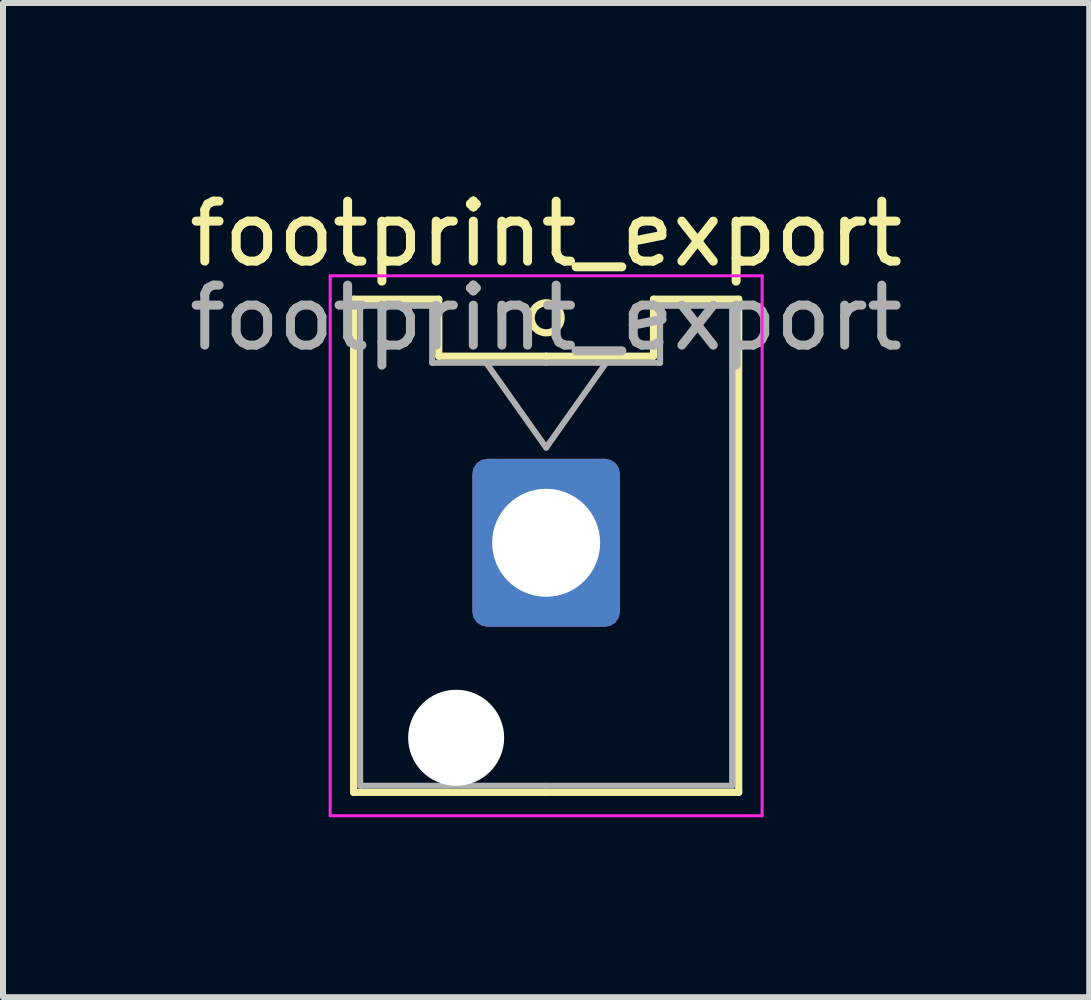
<source format=kicad_pcb>
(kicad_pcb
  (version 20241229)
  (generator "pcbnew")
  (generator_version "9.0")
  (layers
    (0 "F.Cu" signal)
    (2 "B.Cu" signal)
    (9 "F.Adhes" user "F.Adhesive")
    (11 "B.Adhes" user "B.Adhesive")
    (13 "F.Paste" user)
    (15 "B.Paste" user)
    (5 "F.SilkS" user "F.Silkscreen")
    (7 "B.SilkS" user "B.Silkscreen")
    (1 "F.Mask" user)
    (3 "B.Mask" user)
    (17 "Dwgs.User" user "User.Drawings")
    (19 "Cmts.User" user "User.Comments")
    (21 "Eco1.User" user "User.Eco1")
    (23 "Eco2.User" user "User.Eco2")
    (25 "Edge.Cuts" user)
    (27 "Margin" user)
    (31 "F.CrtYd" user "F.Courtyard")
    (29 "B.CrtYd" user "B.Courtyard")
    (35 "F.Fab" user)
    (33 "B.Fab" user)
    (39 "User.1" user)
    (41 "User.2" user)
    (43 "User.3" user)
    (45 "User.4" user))
  (footprint "footprint_export"
    (layer "F.Cu")
    (at 6.054 5.998)
    (property "Reference" "footprint_export" (at 0 -5.15 0) (layer "F.SilkS") (effects (font (size 1 1) (thickness 0.15))))
    (attr through_hole)
    (fp_line (start -3.21 -4.06) (end -1.79 -4.06) (stroke (width 0.12) (type solid)) (layer "F.SilkS"))
    (fp_line (start -3.21 4.16) (end -3.21 -4.06) (stroke (width 0.12) (type solid)) (layer "F.SilkS"))
    (fp_line (start -1.79 -4.06) (end -1.79 -3.11) (stroke (width 0.12) (type solid)) (layer "F.SilkS"))
    (fp_line (start -1.79 -3.11) (end 0 -3.11) (stroke (width 0.12) (type solid)) (layer "F.SilkS"))
    (fp_line (start 0 4.16) (end -3.21 4.16) (stroke (width 0.12) (type solid)) (layer "F.SilkS"))
    (fp_line (start 0 4.16) (end 3.21 4.16) (stroke (width 0.12) (type solid)) (layer "F.SilkS"))
    (fp_line (start 1.79 -4.06) (end 1.79 -3.11) (stroke (width 0.12) (type solid)) (layer "F.SilkS"))
    (fp_line (start 1.79 -3.11) (end 0 -3.11) (stroke (width 0.12) (type solid)) (layer "F.SilkS"))
    (fp_line (start 3.21 -4.06) (end 1.79 -4.06) (stroke (width 0.12) (type solid)) (layer "F.SilkS"))
    (fp_line (start 3.21 4.16) (end 3.21 -4.06) (stroke (width 0.12) (type solid)) (layer "F.SilkS"))
    (fp_circle (center 0 -3.75) (end 0.25 -3.75) (stroke (width 0.12) (type solid)) (fill no) (layer "F.SilkS"))
    (fp_line (start -3.6 -4.45) (end -3.6 4.55) (stroke (width 0.05) (type solid)) (layer "F.CrtYd"))
    (fp_line (start -3.6 4.55) (end 3.6 4.55) (stroke (width 0.05) (type solid)) (layer "F.CrtYd"))
    (fp_line (start 3.6 -4.45) (end -3.6 -4.45) (stroke (width 0.05) (type solid)) (layer "F.CrtYd"))
    (fp_line (start 3.6 4.55) (end 3.6 -4.45) (stroke (width 0.05) (type solid)) (layer "F.CrtYd"))
    (fp_line (start -3.1 -3.95) (end -1.9 -3.95) (stroke (width 0.1) (type solid)) (layer "F.Fab"))
    (fp_line (start -3.1 4.05) (end -3.1 -3.95) (stroke (width 0.1) (type solid)) (layer "F.Fab"))
    (fp_line (start -1.9 -3.95) (end -1.9 -3) (stroke (width 0.1) (type solid)) (layer "F.Fab"))
    (fp_line (start -1.9 -3) (end 0 -3) (stroke (width 0.1) (type solid)) (layer "F.Fab"))
    (fp_line (start -1 -3) (end 0 -1.586) (stroke (width 0.1) (type solid)) (layer "F.Fab"))
    (fp_line (start 0 -1.586) (end 1 -3) (stroke (width 0.1) (type solid)) (layer "F.Fab"))
    (fp_line (start 0 4.05) (end -3.1 4.05) (stroke (width 0.1) (type solid)) (layer "F.Fab"))
    (fp_line (start 0 4.05) (end 3.1 4.05) (stroke (width 0.1) (type solid)) (layer "F.Fab"))
    (fp_line (start 1.9 -3.95) (end 1.9 -3) (stroke (width 0.1) (type solid)) (layer "F.Fab"))
    (fp_line (start 1.9 -3) (end 0 -3) (stroke (width 0.1) (type solid)) (layer "F.Fab"))
    (fp_line (start 3.1 -3.95) (end 1.9 -3.95) (stroke (width 0.1) (type solid)) (layer "F.Fab"))
    (fp_line (start 3.1 4.05) (end 3.1 -3.95) (stroke (width 0.1) (type solid)) (layer "F.Fab"))
    (fp_text user "${REFERENCE}" (at 0 -3.75 0) (layer "F.Fab") (effects (font (size 1 1) (thickness 0.15))))
    (pad "" np_thru_hole circle (at -1.5 3.25) (size 1.6 1.6) (drill 1.6) (layers "*.Cu" "*.Mask"))
    (pad "1" thru_hole roundrect (at 0 0) (size 2.46 2.8) (drill 1.8) (layers "*.Cu" "*.Mask") (roundrect_rratio 0.102)))
  (gr_rect
    (start -3 -3)
    (end 15.107 13.573)
    (stroke (width 0.1) (type default))
    (fill no)
    (layer "Edge.Cuts")))
</source>
